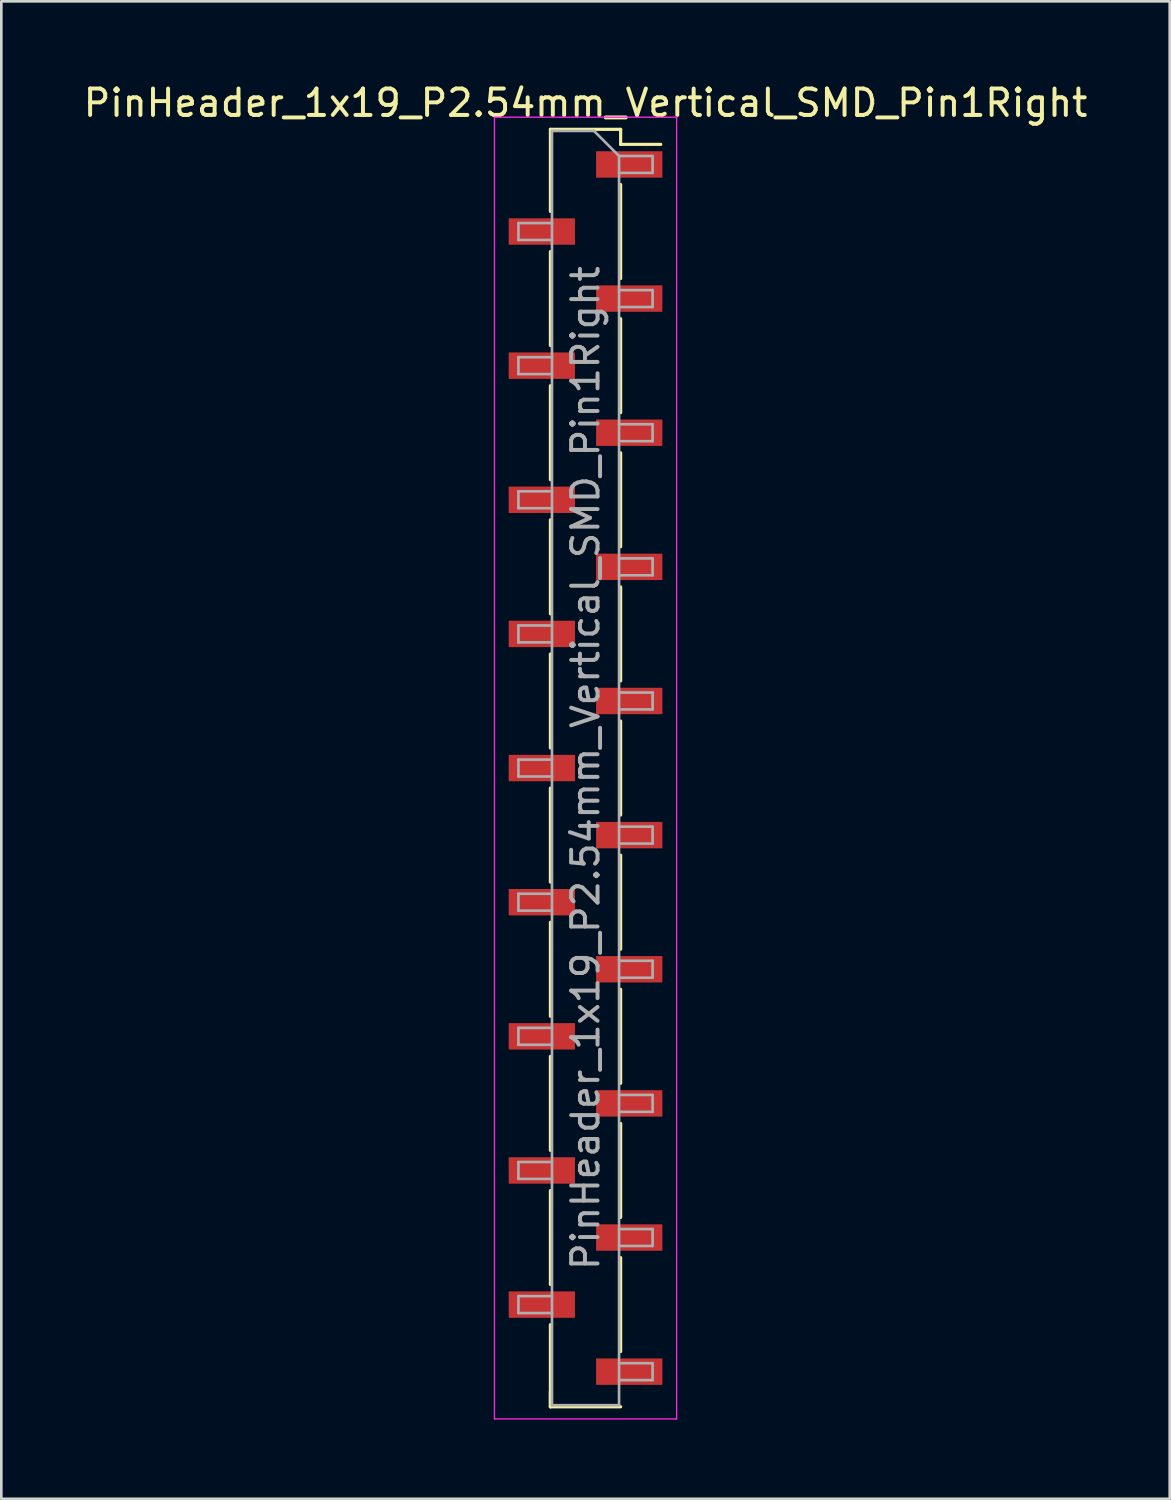
<source format=kicad_pcb>
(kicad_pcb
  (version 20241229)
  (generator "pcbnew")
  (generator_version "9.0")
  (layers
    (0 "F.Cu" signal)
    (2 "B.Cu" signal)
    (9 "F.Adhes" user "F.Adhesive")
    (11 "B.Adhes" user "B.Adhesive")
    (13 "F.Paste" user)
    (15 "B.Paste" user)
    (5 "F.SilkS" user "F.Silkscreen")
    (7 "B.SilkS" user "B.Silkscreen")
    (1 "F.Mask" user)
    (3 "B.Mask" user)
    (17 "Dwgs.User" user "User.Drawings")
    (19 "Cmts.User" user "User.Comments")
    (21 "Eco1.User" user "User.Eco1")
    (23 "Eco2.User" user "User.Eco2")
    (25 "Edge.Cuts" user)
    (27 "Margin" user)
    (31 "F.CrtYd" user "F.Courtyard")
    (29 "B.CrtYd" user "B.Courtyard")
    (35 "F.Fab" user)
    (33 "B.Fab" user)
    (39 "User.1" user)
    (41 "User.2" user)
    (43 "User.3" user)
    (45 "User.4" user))
  (footprint "PinHeader_1x19_P2.54mm_Vertical_SMD_Pin1Right"
    (layer "F.Cu")
    (at 19.125 26.038)
    (property "Reference" "PinHeader_1x19_P2.54mm_Vertical_SMD_Pin1Right" (at 0 -25.19 0) (layer "F.SilkS") (effects (font (size 1 1) (thickness 0.15))))
    (attr smd)
    (fp_line (start -1.33 -24.19) (end -1.33 -21.08) (stroke (width 0.12) (type solid)) (layer "F.SilkS"))
    (fp_line (start -1.33 -24.19) (end 1.33 -24.19) (stroke (width 0.12) (type solid)) (layer "F.SilkS"))
    (fp_line (start -1.33 -19.56) (end -1.33 -16) (stroke (width 0.12) (type solid)) (layer "F.SilkS"))
    (fp_line (start -1.33 -14.48) (end -1.33 -10.92) (stroke (width 0.12) (type solid)) (layer "F.SilkS"))
    (fp_line (start -1.33 -9.4) (end -1.33 -5.84) (stroke (width 0.12) (type solid)) (layer "F.SilkS"))
    (fp_line (start -1.33 -4.32) (end -1.33 -0.76) (stroke (width 0.12) (type solid)) (layer "F.SilkS"))
    (fp_line (start -1.33 0.76) (end -1.33 4.32) (stroke (width 0.12) (type solid)) (layer "F.SilkS"))
    (fp_line (start -1.33 5.84) (end -1.33 9.4) (stroke (width 0.12) (type solid)) (layer "F.SilkS"))
    (fp_line (start -1.33 10.92) (end -1.33 14.48) (stroke (width 0.12) (type solid)) (layer "F.SilkS"))
    (fp_line (start -1.33 16) (end -1.33 19.56) (stroke (width 0.12) (type solid)) (layer "F.SilkS"))
    (fp_line (start -1.33 21.08) (end -1.33 24.19) (stroke (width 0.12) (type solid)) (layer "F.SilkS"))
    (fp_line (start -1.33 23.62) (end -1.33 24.19) (stroke (width 0.12) (type solid)) (layer "F.SilkS"))
    (fp_line (start -1.33 24.19) (end 1.33 24.19) (stroke (width 0.12) (type solid)) (layer "F.SilkS"))
    (fp_line (start 1.33 -24.19) (end 1.33 -23.62) (stroke (width 0.12) (type solid)) (layer "F.SilkS"))
    (fp_line (start 1.33 -23.62) (end 2.85 -23.62) (stroke (width 0.12) (type solid)) (layer "F.SilkS"))
    (fp_line (start 1.33 -22.1) (end 1.33 -18.54) (stroke (width 0.12) (type solid)) (layer "F.SilkS"))
    (fp_line (start 1.33 -17.02) (end 1.33 -13.46) (stroke (width 0.12) (type solid)) (layer "F.SilkS"))
    (fp_line (start 1.33 -11.94) (end 1.33 -8.38) (stroke (width 0.12) (type solid)) (layer "F.SilkS"))
    (fp_line (start 1.33 -6.86) (end 1.33 -3.3) (stroke (width 0.12) (type solid)) (layer "F.SilkS"))
    (fp_line (start 1.33 -1.78) (end 1.33 1.78) (stroke (width 0.12) (type solid)) (layer "F.SilkS"))
    (fp_line (start 1.33 3.3) (end 1.33 6.86) (stroke (width 0.12) (type solid)) (layer "F.SilkS"))
    (fp_line (start 1.33 8.38) (end 1.33 11.94) (stroke (width 0.12) (type solid)) (layer "F.SilkS"))
    (fp_line (start 1.33 13.46) (end 1.33 17.02) (stroke (width 0.12) (type solid)) (layer "F.SilkS"))
    (fp_line (start 1.33 18.54) (end 1.33 22.1) (stroke (width 0.12) (type solid)) (layer "F.SilkS"))
    (fp_line (start -3.45 -24.65) (end -3.45 24.65) (stroke (width 0.05) (type solid)) (layer "F.CrtYd"))
    (fp_line (start -3.45 24.65) (end 3.45 24.65) (stroke (width 0.05) (type solid)) (layer "F.CrtYd"))
    (fp_line (start 3.45 -24.65) (end -3.45 -24.65) (stroke (width 0.05) (type solid)) (layer "F.CrtYd"))
    (fp_line (start 3.45 24.65) (end 3.45 -24.65) (stroke (width 0.05) (type solid)) (layer "F.CrtYd"))
    (fp_line (start -2.54 -20.64) (end -2.54 -20) (stroke (width 0.1) (type solid)) (layer "F.Fab"))
    (fp_line (start -2.54 -20) (end -1.27 -20) (stroke (width 0.1) (type solid)) (layer "F.Fab"))
    (fp_line (start -2.54 -15.56) (end -2.54 -14.92) (stroke (width 0.1) (type solid)) (layer "F.Fab"))
    (fp_line (start -2.54 -14.92) (end -1.27 -14.92) (stroke (width 0.1) (type solid)) (layer "F.Fab"))
    (fp_line (start -2.54 -10.48) (end -2.54 -9.84) (stroke (width 0.1) (type solid)) (layer "F.Fab"))
    (fp_line (start -2.54 -9.84) (end -1.27 -9.84) (stroke (width 0.1) (type solid)) (layer "F.Fab"))
    (fp_line (start -2.54 -5.4) (end -2.54 -4.76) (stroke (width 0.1) (type solid)) (layer "F.Fab"))
    (fp_line (start -2.54 -4.76) (end -1.27 -4.76) (stroke (width 0.1) (type solid)) (layer "F.Fab"))
    (fp_line (start -2.54 -0.32) (end -2.54 0.32) (stroke (width 0.1) (type solid)) (layer "F.Fab"))
    (fp_line (start -2.54 0.32) (end -1.27 0.32) (stroke (width 0.1) (type solid)) (layer "F.Fab"))
    (fp_line (start -2.54 4.76) (end -2.54 5.4) (stroke (width 0.1) (type solid)) (layer "F.Fab"))
    (fp_line (start -2.54 5.4) (end -1.27 5.4) (stroke (width 0.1) (type solid)) (layer "F.Fab"))
    (fp_line (start -2.54 9.84) (end -2.54 10.48) (stroke (width 0.1) (type solid)) (layer "F.Fab"))
    (fp_line (start -2.54 10.48) (end -1.27 10.48) (stroke (width 0.1) (type solid)) (layer "F.Fab"))
    (fp_line (start -2.54 14.92) (end -2.54 15.56) (stroke (width 0.1) (type solid)) (layer "F.Fab"))
    (fp_line (start -2.54 15.56) (end -1.27 15.56) (stroke (width 0.1) (type solid)) (layer "F.Fab"))
    (fp_line (start -2.54 20) (end -2.54 20.64) (stroke (width 0.1) (type solid)) (layer "F.Fab"))
    (fp_line (start -2.54 20.64) (end -1.27 20.64) (stroke (width 0.1) (type solid)) (layer "F.Fab"))
    (fp_line (start -1.27 -24.13) (end -1.27 24.13) (stroke (width 0.1) (type solid)) (layer "F.Fab"))
    (fp_line (start -1.27 -24.13) (end 0.32 -24.13) (stroke (width 0.1) (type solid)) (layer "F.Fab"))
    (fp_line (start -1.27 -20.64) (end -2.54 -20.64) (stroke (width 0.1) (type solid)) (layer "F.Fab"))
    (fp_line (start -1.27 -15.56) (end -2.54 -15.56) (stroke (width 0.1) (type solid)) (layer "F.Fab"))
    (fp_line (start -1.27 -10.48) (end -2.54 -10.48) (stroke (width 0.1) (type solid)) (layer "F.Fab"))
    (fp_line (start -1.27 -5.4) (end -2.54 -5.4) (stroke (width 0.1) (type solid)) (layer "F.Fab"))
    (fp_line (start -1.27 -0.32) (end -2.54 -0.32) (stroke (width 0.1) (type solid)) (layer "F.Fab"))
    (fp_line (start -1.27 4.76) (end -2.54 4.76) (stroke (width 0.1) (type solid)) (layer "F.Fab"))
    (fp_line (start -1.27 9.84) (end -2.54 9.84) (stroke (width 0.1) (type solid)) (layer "F.Fab"))
    (fp_line (start -1.27 14.92) (end -2.54 14.92) (stroke (width 0.1) (type solid)) (layer "F.Fab"))
    (fp_line (start -1.27 20) (end -2.54 20) (stroke (width 0.1) (type solid)) (layer "F.Fab"))
    (fp_line (start 1.27 -23.18) (end 0.32 -24.13) (stroke (width 0.1) (type solid)) (layer "F.Fab"))
    (fp_line (start 1.27 -23.18) (end 2.54 -23.18) (stroke (width 0.1) (type solid)) (layer "F.Fab"))
    (fp_line (start 1.27 -18.1) (end 2.54 -18.1) (stroke (width 0.1) (type solid)) (layer "F.Fab"))
    (fp_line (start 1.27 -13.02) (end 2.54 -13.02) (stroke (width 0.1) (type solid)) (layer "F.Fab"))
    (fp_line (start 1.27 -7.94) (end 2.54 -7.94) (stroke (width 0.1) (type solid)) (layer "F.Fab"))
    (fp_line (start 1.27 -2.86) (end 2.54 -2.86) (stroke (width 0.1) (type solid)) (layer "F.Fab"))
    (fp_line (start 1.27 2.22) (end 2.54 2.22) (stroke (width 0.1) (type solid)) (layer "F.Fab"))
    (fp_line (start 1.27 7.3) (end 2.54 7.3) (stroke (width 0.1) (type solid)) (layer "F.Fab"))
    (fp_line (start 1.27 12.38) (end 2.54 12.38) (stroke (width 0.1) (type solid)) (layer "F.Fab"))
    (fp_line (start 1.27 17.46) (end 2.54 17.46) (stroke (width 0.1) (type solid)) (layer "F.Fab"))
    (fp_line (start 1.27 22.54) (end 2.54 22.54) (stroke (width 0.1) (type solid)) (layer "F.Fab"))
    (fp_line (start 1.27 24.13) (end -1.27 24.13) (stroke (width 0.1) (type solid)) (layer "F.Fab"))
    (fp_line (start 1.27 24.13) (end 1.27 -23.18) (stroke (width 0.1) (type solid)) (layer "F.Fab"))
    (fp_line (start 2.54 -23.18) (end 2.54 -22.54) (stroke (width 0.1) (type solid)) (layer "F.Fab"))
    (fp_line (start 2.54 -22.54) (end 1.27 -22.54) (stroke (width 0.1) (type solid)) (layer "F.Fab"))
    (fp_line (start 2.54 -18.1) (end 2.54 -17.46) (stroke (width 0.1) (type solid)) (layer "F.Fab"))
    (fp_line (start 2.54 -17.46) (end 1.27 -17.46) (stroke (width 0.1) (type solid)) (layer "F.Fab"))
    (fp_line (start 2.54 -13.02) (end 2.54 -12.38) (stroke (width 0.1) (type solid)) (layer "F.Fab"))
    (fp_line (start 2.54 -12.38) (end 1.27 -12.38) (stroke (width 0.1) (type solid)) (layer "F.Fab"))
    (fp_line (start 2.54 -7.94) (end 2.54 -7.3) (stroke (width 0.1) (type solid)) (layer "F.Fab"))
    (fp_line (start 2.54 -7.3) (end 1.27 -7.3) (stroke (width 0.1) (type solid)) (layer "F.Fab"))
    (fp_line (start 2.54 -2.86) (end 2.54 -2.22) (stroke (width 0.1) (type solid)) (layer "F.Fab"))
    (fp_line (start 2.54 -2.22) (end 1.27 -2.22) (stroke (width 0.1) (type solid)) (layer "F.Fab"))
    (fp_line (start 2.54 2.22) (end 2.54 2.86) (stroke (width 0.1) (type solid)) (layer "F.Fab"))
    (fp_line (start 2.54 2.86) (end 1.27 2.86) (stroke (width 0.1) (type solid)) (layer "F.Fab"))
    (fp_line (start 2.54 7.3) (end 2.54 7.94) (stroke (width 0.1) (type solid)) (layer "F.Fab"))
    (fp_line (start 2.54 7.94) (end 1.27 7.94) (stroke (width 0.1) (type solid)) (layer "F.Fab"))
    (fp_line (start 2.54 12.38) (end 2.54 13.02) (stroke (width 0.1) (type solid)) (layer "F.Fab"))
    (fp_line (start 2.54 13.02) (end 1.27 13.02) (stroke (width 0.1) (type solid)) (layer "F.Fab"))
    (fp_line (start 2.54 17.46) (end 2.54 18.1) (stroke (width 0.1) (type solid)) (layer "F.Fab"))
    (fp_line (start 2.54 18.1) (end 1.27 18.1) (stroke (width 0.1) (type solid)) (layer "F.Fab"))
    (fp_line (start 2.54 22.54) (end 2.54 23.18) (stroke (width 0.1) (type solid)) (layer "F.Fab"))
    (fp_line (start 2.54 23.18) (end 1.27 23.18) (stroke (width 0.1) (type solid)) (layer "F.Fab"))
    (fp_text user "${REFERENCE}" (at 0 0 90) (layer "F.Fab") (effects (font (size 1 1) (thickness 0.15))))
    (pad "1" smd rect (at 1.655 -22.86) (size 2.51 1) (layers "F.Cu" "F.Mask" "F.Paste"))
    (pad "2" smd rect (at -1.655 -20.32) (size 2.51 1) (layers "F.Cu" "F.Mask" "F.Paste"))
    (pad "3" smd rect (at 1.655 -17.78) (size 2.51 1) (layers "F.Cu" "F.Mask" "F.Paste"))
    (pad "4" smd rect (at -1.655 -15.24) (size 2.51 1) (layers "F.Cu" "F.Mask" "F.Paste"))
    (pad "5" smd rect (at 1.655 -12.7) (size 2.51 1) (layers "F.Cu" "F.Mask" "F.Paste"))
    (pad "6" smd rect (at -1.655 -10.16) (size 2.51 1) (layers "F.Cu" "F.Mask" "F.Paste"))
    (pad "7" smd rect (at 1.655 -7.62) (size 2.51 1) (layers "F.Cu" "F.Mask" "F.Paste"))
    (pad "8" smd rect (at -1.655 -5.08) (size 2.51 1) (layers "F.Cu" "F.Mask" "F.Paste"))
    (pad "9" smd rect (at 1.655 -2.54) (size 2.51 1) (layers "F.Cu" "F.Mask" "F.Paste"))
    (pad "10" smd rect (at -1.655 0) (size 2.51 1) (layers "F.Cu" "F.Mask" "F.Paste"))
    (pad "11" smd rect (at 1.655 2.54) (size 2.51 1) (layers "F.Cu" "F.Mask" "F.Paste"))
    (pad "12" smd rect (at -1.655 5.08) (size 2.51 1) (layers "F.Cu" "F.Mask" "F.Paste"))
    (pad "13" smd rect (at 1.655 7.62) (size 2.51 1) (layers "F.Cu" "F.Mask" "F.Paste"))
    (pad "14" smd rect (at -1.655 10.16) (size 2.51 1) (layers "F.Cu" "F.Mask" "F.Paste"))
    (pad "15" smd rect (at 1.655 12.7) (size 2.51 1) (layers "F.Cu" "F.Mask" "F.Paste"))
    (pad "16" smd rect (at -1.655 15.24) (size 2.51 1) (layers "F.Cu" "F.Mask" "F.Paste"))
    (pad "17" smd rect (at 1.655 17.78) (size 2.51 1) (layers "F.Cu" "F.Mask" "F.Paste"))
    (pad "18" smd rect (at -1.655 20.32) (size 2.51 1) (layers "F.Cu" "F.Mask" "F.Paste"))
    (pad "19" smd rect (at 1.655 22.86) (size 2.51 1) (layers "F.Cu" "F.Mask" "F.Paste")))
  (gr_rect
    (start -3 -3)
    (end 41.25 53.713)
    (stroke (width 0.1) (type default))
    (fill no)
    (layer "Edge.Cuts")))
</source>
